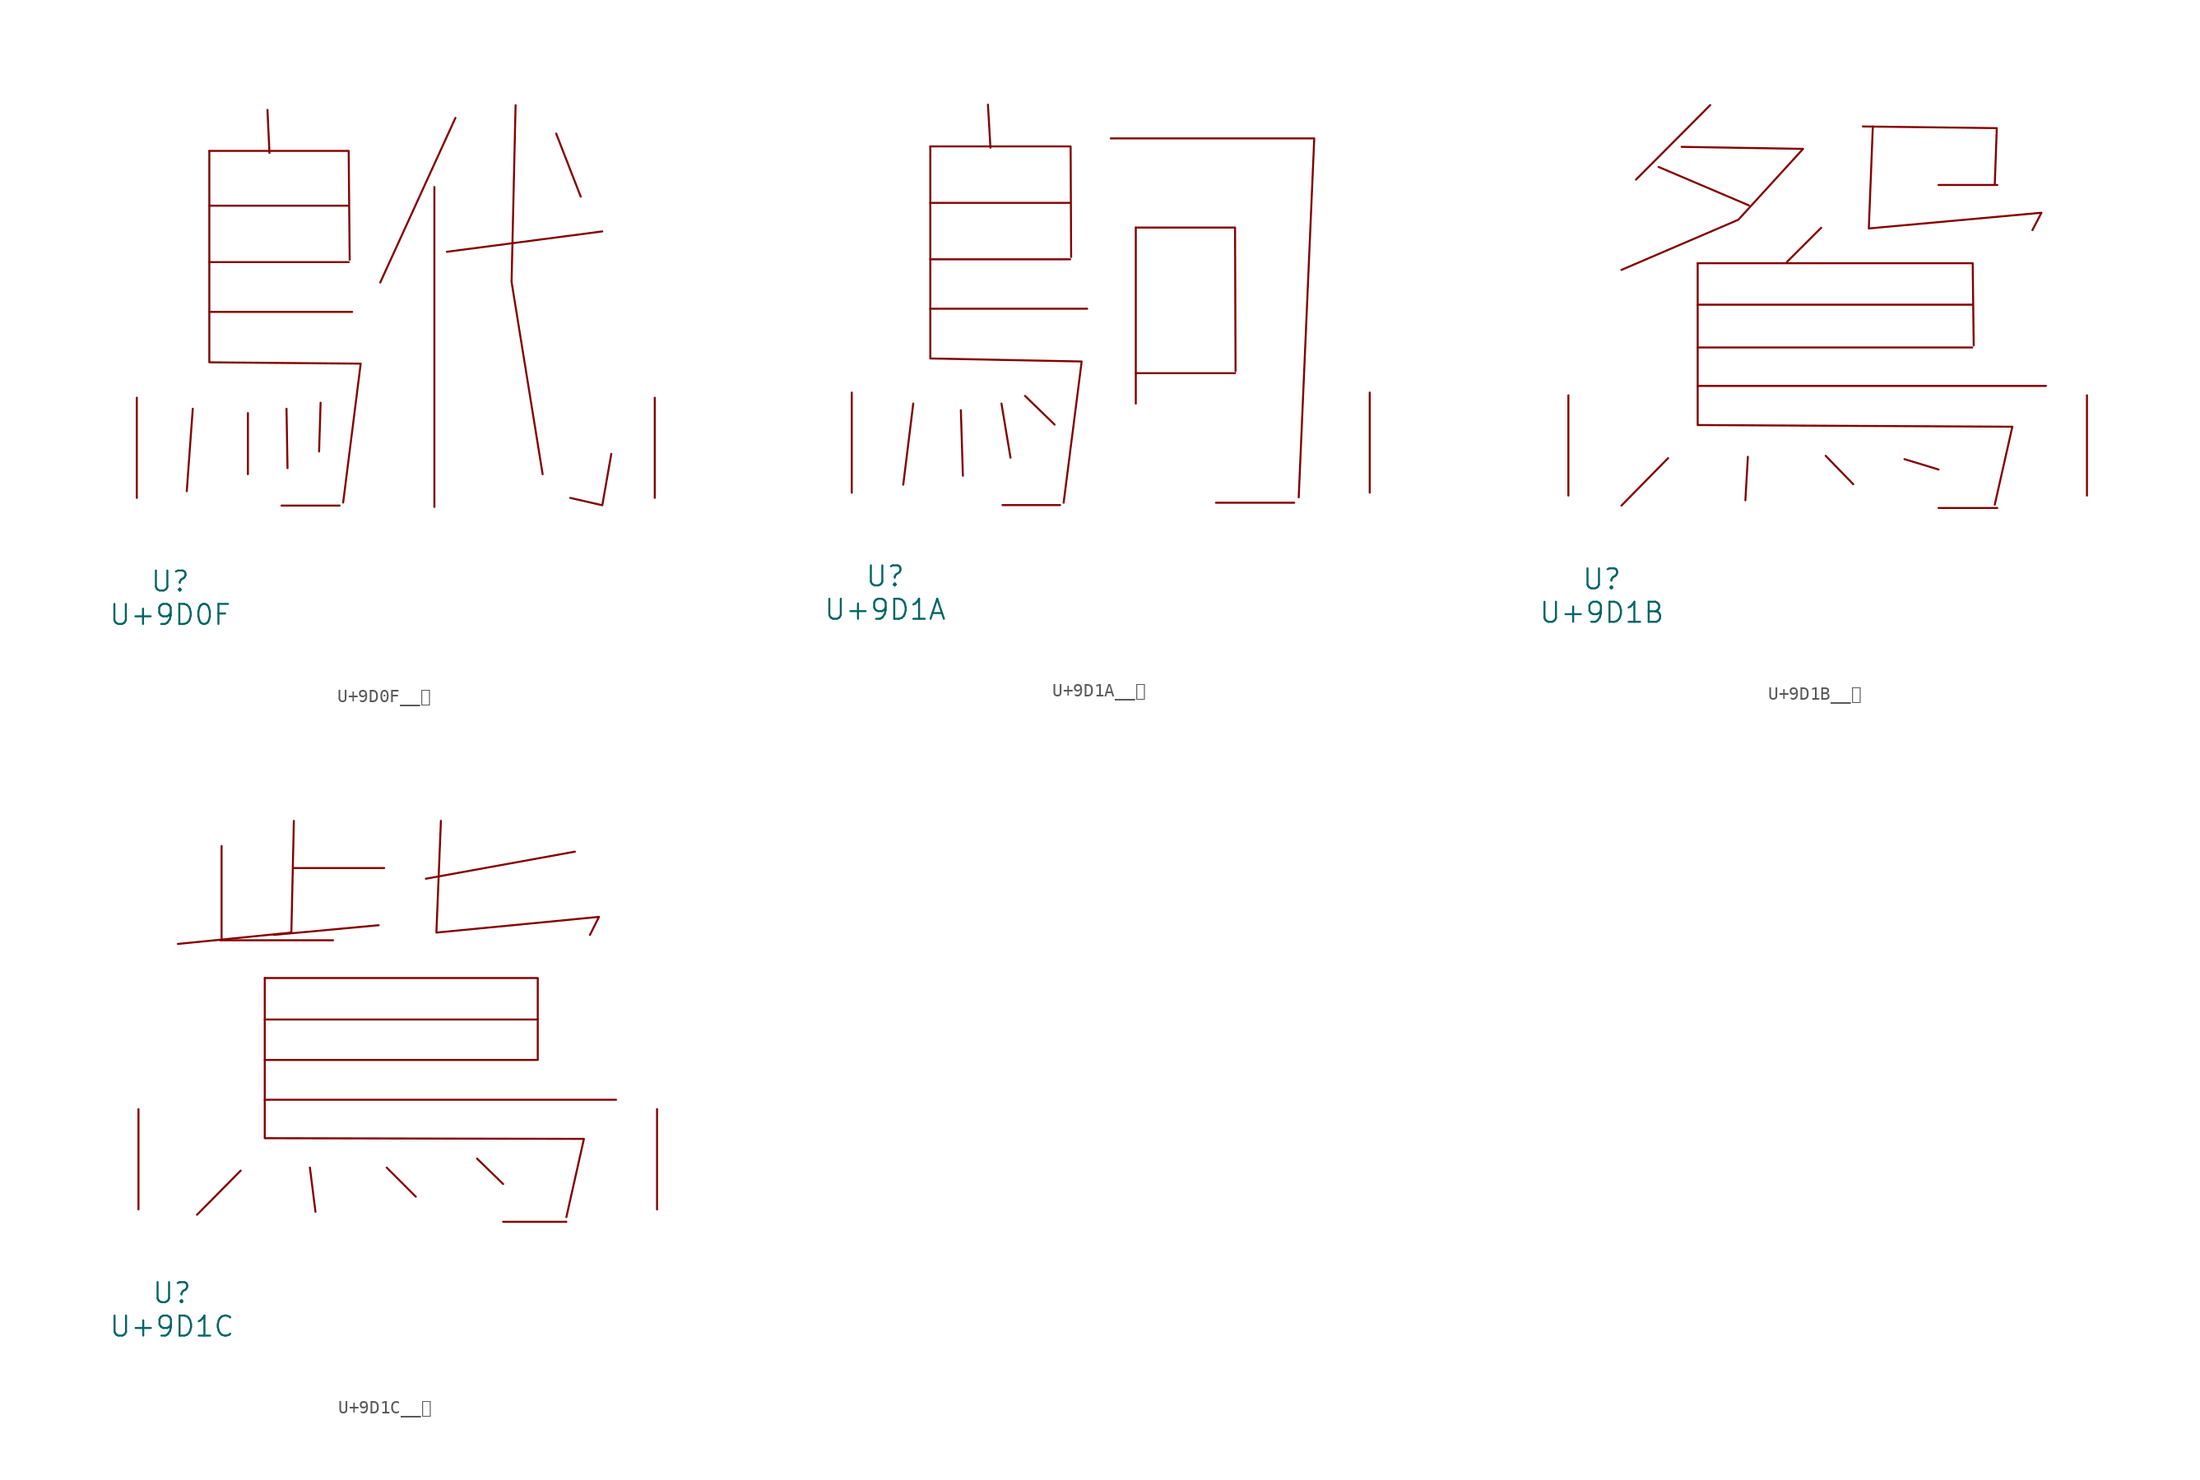
<source format=kicad_sym>
(kicad_symbol_lib
  (version 20231120)
  (generator "kicad_symbol_editor")
  (generator_version "8.0")
  (symbol "U+9D0F__鴏"
    (pin_names
      (offset 1.016))
    (property "Reference" "U"
      (at 0 -6.35 0)
      (effects (font (size 1.524 1.524))))
    (property "Value" "U+9D0F"
      (at 0 -8.89 0)
      (effects (font (size 1.524 1.524))))
    (symbol "U+9D0F__鴏_0_1"
      (polyline (pts (xy 1.714 6.782) (xy 1.257 0.508)) (stroke (width 0) (type solid)) (fill (type none)))
      (polyline (pts (xy 2.972 14.148) (xy 13.83 14.148)) (stroke (width 0) (type solid)) (fill (type none)))
      (polyline (pts (xy 2.972 17.932) (xy 13.564 17.932)) (stroke (width 0) (type solid)) (fill (type none)))
      (polyline (pts (xy 2.972 22.225) (xy 13.564 22.225)) (stroke (width 0) (type solid)) (fill (type none)))
      (polyline (pts (xy 5.905 6.452) (xy 5.905 1.803)) (stroke (width 0) (type solid)) (fill (type none)))
      (polyline (pts (xy 7.391 29.515) (xy 7.544 26.238)) (stroke (width 0) (type solid)) (fill (type none)))
      (polyline (pts (xy 8.458 -0.584) (xy 12.878 -0.584)) (stroke (width 0) (type solid)) (fill (type none)))
      (polyline (pts (xy 8.839 6.782) (xy 8.915 2.261)) (stroke (width 0) (type solid)) (fill (type none)))
      (polyline (pts (xy 11.43 7.239) (xy 11.316 3.531)) (stroke (width 0) (type solid)) (fill (type none)))
      (polyline (pts (xy 20.079 23.647) (xy 20.079 -0.686)) (stroke (width 0) (type solid)) (fill (type none)))
      (polyline (pts (xy 21.679 28.905) (xy 15.964 16.383)) (stroke (width 0) (type solid)) (fill (type none)))
      (polyline (pts (xy 29.337 27.711) (xy 31.204 22.911)) (stroke (width 0) (type solid)) (fill (type none)))
      (polyline (pts (xy 32.842 20.269) (xy 21.031 18.72)) (stroke (width 0) (type solid)) (fill (type none)))
      (polyline (pts (xy 2.972 26.391) (xy 13.564 26.391) (xy 13.64 18.11)) (stroke (width 0) (type solid)) (fill (type none)))
      (polyline (pts (xy 26.251 29.87) (xy 25.946 16.434) (xy 28.308 1.803)) (stroke (width 0) (type solid)) (fill (type none)))
      (polyline (pts (xy 33.528 3.353) (xy 32.842 -0.559) (xy 30.404 0)) (stroke (width 0) (type solid)) (fill (type none)))
      (polyline (pts (xy 2.972 26.391) (xy 2.972 10.312) (xy 14.478 10.211) (xy 13.145 -0.356)) (stroke (width 0) (type solid)) (fill (type none)))
      (pin input line (at -2.54 0 90) (length 7.62) (name "~" (effects (font (size 1.27 1.27)))) (number "~" (effects (font (size 1.27 1.27)))))
      (pin input line (at 36.83 0 90) (length 7.62) (name "~" (effects (font (size 1.27 1.27)))) (number "~" (effects (font (size 1.27 1.27)))))))
  (symbol "U+9D1A__鴚"
    (pin_names
      (offset 1.016))
    (property "Reference" "U"
      (at 0 -6.35 0)
      (effects (font (size 1.524 1.524))))
    (property "Value" "U+9D1A"
      (at 0 -8.89 0)
      (effects (font (size 1.524 1.524))))
    (symbol "U+9D1A__鴚_0_1"
      (polyline (pts (xy 2.134 6.782) (xy 1.372 0.61)) (stroke (width 0) (type solid)) (fill (type none)))
      (polyline (pts (xy 3.429 13.995) (xy 15.354 13.995)) (stroke (width 0) (type solid)) (fill (type none)))
      (polyline (pts (xy 3.429 17.755) (xy 14.059 17.755)) (stroke (width 0) (type solid)) (fill (type none)))
      (polyline (pts (xy 3.429 22.047) (xy 14.059 22.047)) (stroke (width 0) (type solid)) (fill (type none)))
      (polyline (pts (xy 5.753 6.274) (xy 5.905 1.295)) (stroke (width 0) (type solid)) (fill (type none)))
      (polyline (pts (xy 7.811 29.515) (xy 8.001 26.238)) (stroke (width 0) (type solid)) (fill (type none)))
      (polyline (pts (xy 8.839 6.782) (xy 9.525 2.667)) (stroke (width 0) (type solid)) (fill (type none)))
      (polyline (pts (xy 8.915 -0.94) (xy 13.297 -0.94)) (stroke (width 0) (type solid)) (fill (type none)))
      (polyline (pts (xy 10.63 7.366) (xy 12.878 5.182)) (stroke (width 0) (type solid)) (fill (type none)))
      (polyline (pts (xy 19.05 9.093) (xy 26.594 9.093)) (stroke (width 0) (type solid)) (fill (type none)))
      (polyline (pts (xy 19.05 20.168) (xy 19.05 6.782)) (stroke (width 0) (type solid)) (fill (type none)))
      (polyline (pts (xy 25.146 -0.762) (xy 31.09 -0.762)) (stroke (width 0) (type solid)) (fill (type none)))
      (polyline (pts (xy 3.429 26.34) (xy 14.097 26.34) (xy 14.135 17.932)) (stroke (width 0) (type solid)) (fill (type none)))
      (polyline (pts (xy 17.145 26.949) (xy 32.614 26.949) (xy 31.433 -0.356)) (stroke (width 0) (type solid)) (fill (type none)))
      (polyline (pts (xy 19.05 20.168) (xy 26.594 20.168) (xy 26.632 9.246)) (stroke (width 0) (type solid)) (fill (type none)))
      (polyline (pts (xy 3.429 26.34) (xy 3.429 10.211) (xy 14.935 9.982) (xy 13.564 -0.762)) (stroke (width 0) (type solid)) (fill (type none)))
      (pin input line (at -2.54 0 90) (length 7.62) (name "~" (effects (font (size 1.27 1.27)))) (number "~" (effects (font (size 1.27 1.27)))))
      (pin input line (at 36.83 0 90) (length 7.62) (name "~" (effects (font (size 1.27 1.27)))) (number "~" (effects (font (size 1.27 1.27)))))))
  (symbol "U+9D1B__鴛"
    (pin_names
      (offset 1.016))
    (property "Reference" "U"
      (at 0 -6.35 0)
      (effects (font (size 1.524 1.524))))
    (property "Value" "U+9D1B"
      (at 0 -8.89 0)
      (effects (font (size 1.524 1.524))))
    (symbol "U+9D1B__鴛_0_1"
      (polyline (pts (xy 4.305 24.968) (xy 11.163 22.047)) (stroke (width 0) (type solid)) (fill (type none)))
      (polyline (pts (xy 5.029 2.845) (xy 1.486 -0.762)) (stroke (width 0) (type solid)) (fill (type none)))
      (polyline (pts (xy 7.277 8.331) (xy 33.718 8.331)) (stroke (width 0) (type solid)) (fill (type none)))
      (polyline (pts (xy 7.277 11.252) (xy 28.118 11.252)) (stroke (width 0) (type solid)) (fill (type none)))
      (polyline (pts (xy 7.277 14.503) (xy 28.118 14.503)) (stroke (width 0) (type solid)) (fill (type none)))
      (polyline (pts (xy 8.23 29.667) (xy 2.591 24.003)) (stroke (width 0) (type solid)) (fill (type none)))
      (polyline (pts (xy 11.087 2.946) (xy 10.897 -0.356)) (stroke (width 0) (type solid)) (fill (type none)))
      (polyline (pts (xy 16.65 20.345) (xy 14.059 17.755)) (stroke (width 0) (type solid)) (fill (type none)))
      (polyline (pts (xy 16.993 3.023) (xy 19.088 0.864)) (stroke (width 0) (type solid)) (fill (type none)))
      (polyline (pts (xy 22.974 2.769) (xy 25.565 1.981)) (stroke (width 0) (type solid)) (fill (type none)))
      (polyline (pts (xy 25.565 -0.94) (xy 30.023 -0.94)) (stroke (width 0) (type solid)) (fill (type none)))
      (polyline (pts (xy 25.565 23.597) (xy 30.023 23.597)) (stroke (width 0) (type solid)) (fill (type none)))
      (polyline (pts (xy 7.277 17.653) (xy 28.156 17.653) (xy 28.232 11.405)) (stroke (width 0) (type solid)) (fill (type none)))
      (polyline (pts (xy 19.812 28.042) (xy 29.985 27.915) (xy 29.832 23.647)) (stroke (width 0) (type solid)) (fill (type none)))
      (polyline (pts (xy 6.058 26.492) (xy 15.278 26.34) (xy 10.363 20.955) (xy 1.486 17.145)) (stroke (width 0) (type solid)) (fill (type none)))
      (polyline (pts (xy 7.277 17.653) (xy 7.277 5.359) (xy 31.166 5.232) (xy 29.832 -0.686)) (stroke (width 0) (type solid)) (fill (type none)))
      (polyline (pts (xy 20.574 28.042) (xy 20.269 20.295) (xy 33.376 21.488) (xy 32.69 20.168)) (stroke (width 0) (type solid)) (fill (type none)))
      (pin input line (at -2.54 0 90) (length 7.62) (name "~" (effects (font (size 1.27 1.27)))) (number "~" (effects (font (size 1.27 1.27)))))
      (pin input line (at 36.83 0 90) (length 7.62) (name "~" (effects (font (size 1.27 1.27)))) (number "~" (effects (font (size 1.27 1.27)))))))
  (symbol "U+9D1C__鴜"
    (pin_names
      (offset 1.016))
    (property "Reference" "U"
      (at 0 -6.35 0)
      (effects (font (size 1.524 1.524))))
    (property "Value" "U+9D1C"
      (at 0 -8.89 0)
      (effects (font (size 1.524 1.524))))
    (symbol "U+9D1C__鴜_0_1"
      (polyline (pts (xy 3.658 20.447) (xy 12.23 20.447)) (stroke (width 0) (type solid)) (fill (type none)))
      (polyline (pts (xy 3.772 27.61) (xy 3.772 20.447)) (stroke (width 0) (type solid)) (fill (type none)))
      (polyline (pts (xy 5.22 2.946) (xy 1.905 -0.406)) (stroke (width 0) (type solid)) (fill (type none)))
      (polyline (pts (xy 7.048 8.331) (xy 33.718 8.331)) (stroke (width 0) (type solid)) (fill (type none)))
      (polyline (pts (xy 7.048 11.354) (xy 27.775 11.354)) (stroke (width 0) (type solid)) (fill (type none)))
      (polyline (pts (xy 7.048 14.427) (xy 27.775 14.427)) (stroke (width 0) (type solid)) (fill (type none)))
      (polyline (pts (xy 9.258 25.933) (xy 16.116 25.933)) (stroke (width 0) (type solid)) (fill (type none)))
      (polyline (pts (xy 10.477 3.175) (xy 10.897 -0.178)) (stroke (width 0) (type solid)) (fill (type none)))
      (polyline (pts (xy 15.697 21.59) (xy 7.734 20.853)) (stroke (width 0) (type solid)) (fill (type none)))
      (polyline (pts (xy 16.307 3.175) (xy 18.517 0.965)) (stroke (width 0) (type solid)) (fill (type none)))
      (polyline (pts (xy 23.165 3.861) (xy 25.146 1.93)) (stroke (width 0) (type solid)) (fill (type none)))
      (polyline (pts (xy 25.146 -0.94) (xy 29.947 -0.94)) (stroke (width 0) (type solid)) (fill (type none)))
      (polyline (pts (xy 30.594 27.178) (xy 19.279 25.121)) (stroke (width 0) (type solid)) (fill (type none)))
      (polyline (pts (xy 7.048 17.577) (xy 27.775 17.577) (xy 27.775 11.405)) (stroke (width 0) (type solid)) (fill (type none)))
      (polyline (pts (xy 9.258 29.515) (xy 9.068 21.031) (xy 0.457 20.168)) (stroke (width 0) (type solid)) (fill (type none)))
      (polyline (pts (xy 7.048 17.577) (xy 7.048 5.41) (xy 31.28 5.359) (xy 29.947 -0.584)) (stroke (width 0) (type solid)) (fill (type none)))
      (polyline (pts (xy 20.422 29.515) (xy 20.079 21.031) (xy 32.423 22.225) (xy 31.737 20.853)) (stroke (width 0) (type solid)) (fill (type none)))
      (pin input line (at -2.54 0 90) (length 7.62) (name "~" (effects (font (size 1.27 1.27)))) (number "~" (effects (font (size 1.27 1.27)))))
      (pin input line (at 36.83 0 90) (length 7.62) (name "~" (effects (font (size 1.27 1.27)))) (number "~" (effects (font (size 1.27 1.27))))))))
</source>
